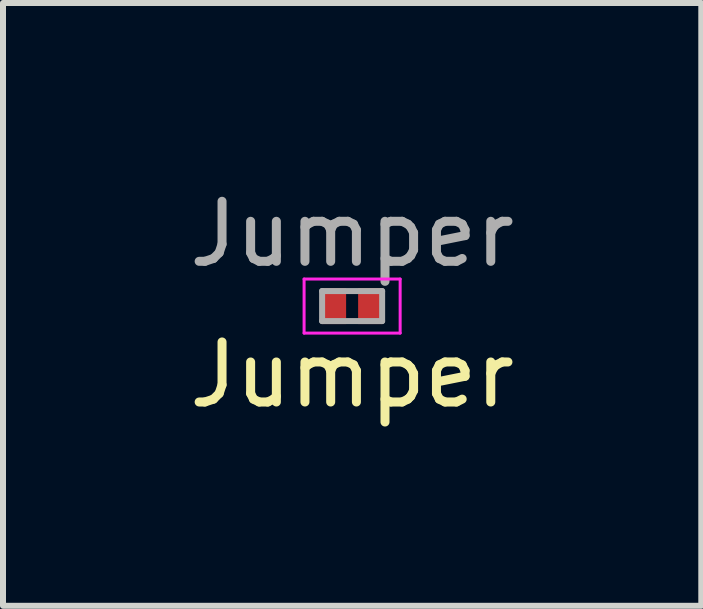
<source format=kicad_pcb>
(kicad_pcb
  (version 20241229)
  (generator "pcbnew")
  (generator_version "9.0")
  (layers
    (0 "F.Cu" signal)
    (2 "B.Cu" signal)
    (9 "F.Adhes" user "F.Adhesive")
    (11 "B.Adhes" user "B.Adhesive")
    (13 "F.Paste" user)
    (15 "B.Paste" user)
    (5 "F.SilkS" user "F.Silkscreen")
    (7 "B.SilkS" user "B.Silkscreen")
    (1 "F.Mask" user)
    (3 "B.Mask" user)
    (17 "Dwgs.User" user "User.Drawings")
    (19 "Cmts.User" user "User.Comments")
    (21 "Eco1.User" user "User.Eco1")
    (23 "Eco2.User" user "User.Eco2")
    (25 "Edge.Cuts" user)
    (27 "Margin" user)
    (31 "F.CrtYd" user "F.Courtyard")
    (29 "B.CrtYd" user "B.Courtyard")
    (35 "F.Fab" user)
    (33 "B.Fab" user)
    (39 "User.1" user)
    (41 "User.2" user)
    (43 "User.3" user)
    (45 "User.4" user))
  (footprint "Jumper"
    (layer "F.Cu")
    (at 2.815 2.048)
    (property "Reference" "Jumper" (at 0 1.143 0) (layer "F.SilkS") (effects (font (size 1 1) (thickness 0.15))))
    (attr smd)
    (fp_line (start -0.8 -0.45) (end -0.8 0.45) (stroke (width 0.05) (type solid)) (layer "F.CrtYd"))
    (fp_line (start -0.8 -0.45) (end 0.8 -0.45) (stroke (width 0.05) (type solid)) (layer "F.CrtYd"))
    (fp_line (start 0.8 0.45) (end -0.8 0.45) (stroke (width 0.05) (type solid)) (layer "F.CrtYd"))
    (fp_line (start 0.8 0.45) (end 0.8 -0.45) (stroke (width 0.05) (type solid)) (layer "F.CrtYd"))
    (fp_line (start -0.5 -0.25) (end 0.5 -0.25) (stroke (width 0.1) (type solid)) (layer "F.Fab"))
    (fp_line (start -0.5 0.25) (end -0.5 -0.25) (stroke (width 0.1) (type solid)) (layer "F.Fab"))
    (fp_line (start 0.5 -0.25) (end 0.5 0.25) (stroke (width 0.1) (type solid)) (layer "F.Fab"))
    (fp_line (start 0.5 0.25) (end -0.5 0.25) (stroke (width 0.1) (type solid)) (layer "F.Fab"))
    (fp_text user "${REFERENCE}" (at 0 -1.2 0) (layer "F.Fab") (effects (font (size 1 1) (thickness 0.15))))
    (pad "1" smd rect (at -0.3 0) (size 0.4 0.6) (layers "F.Cu" "F.Mask" "F.Paste"))
    (pad "2" smd rect (at 0.3 0) (size 0.4 0.6) (layers "F.Cu" "F.Mask" "F.Paste")))
  (gr_rect
    (start -3 -3)
    (end 8.631 7.04)
    (stroke (width 0.1) (type default))
    (fill no)
    (layer "Edge.Cuts")))
</source>
